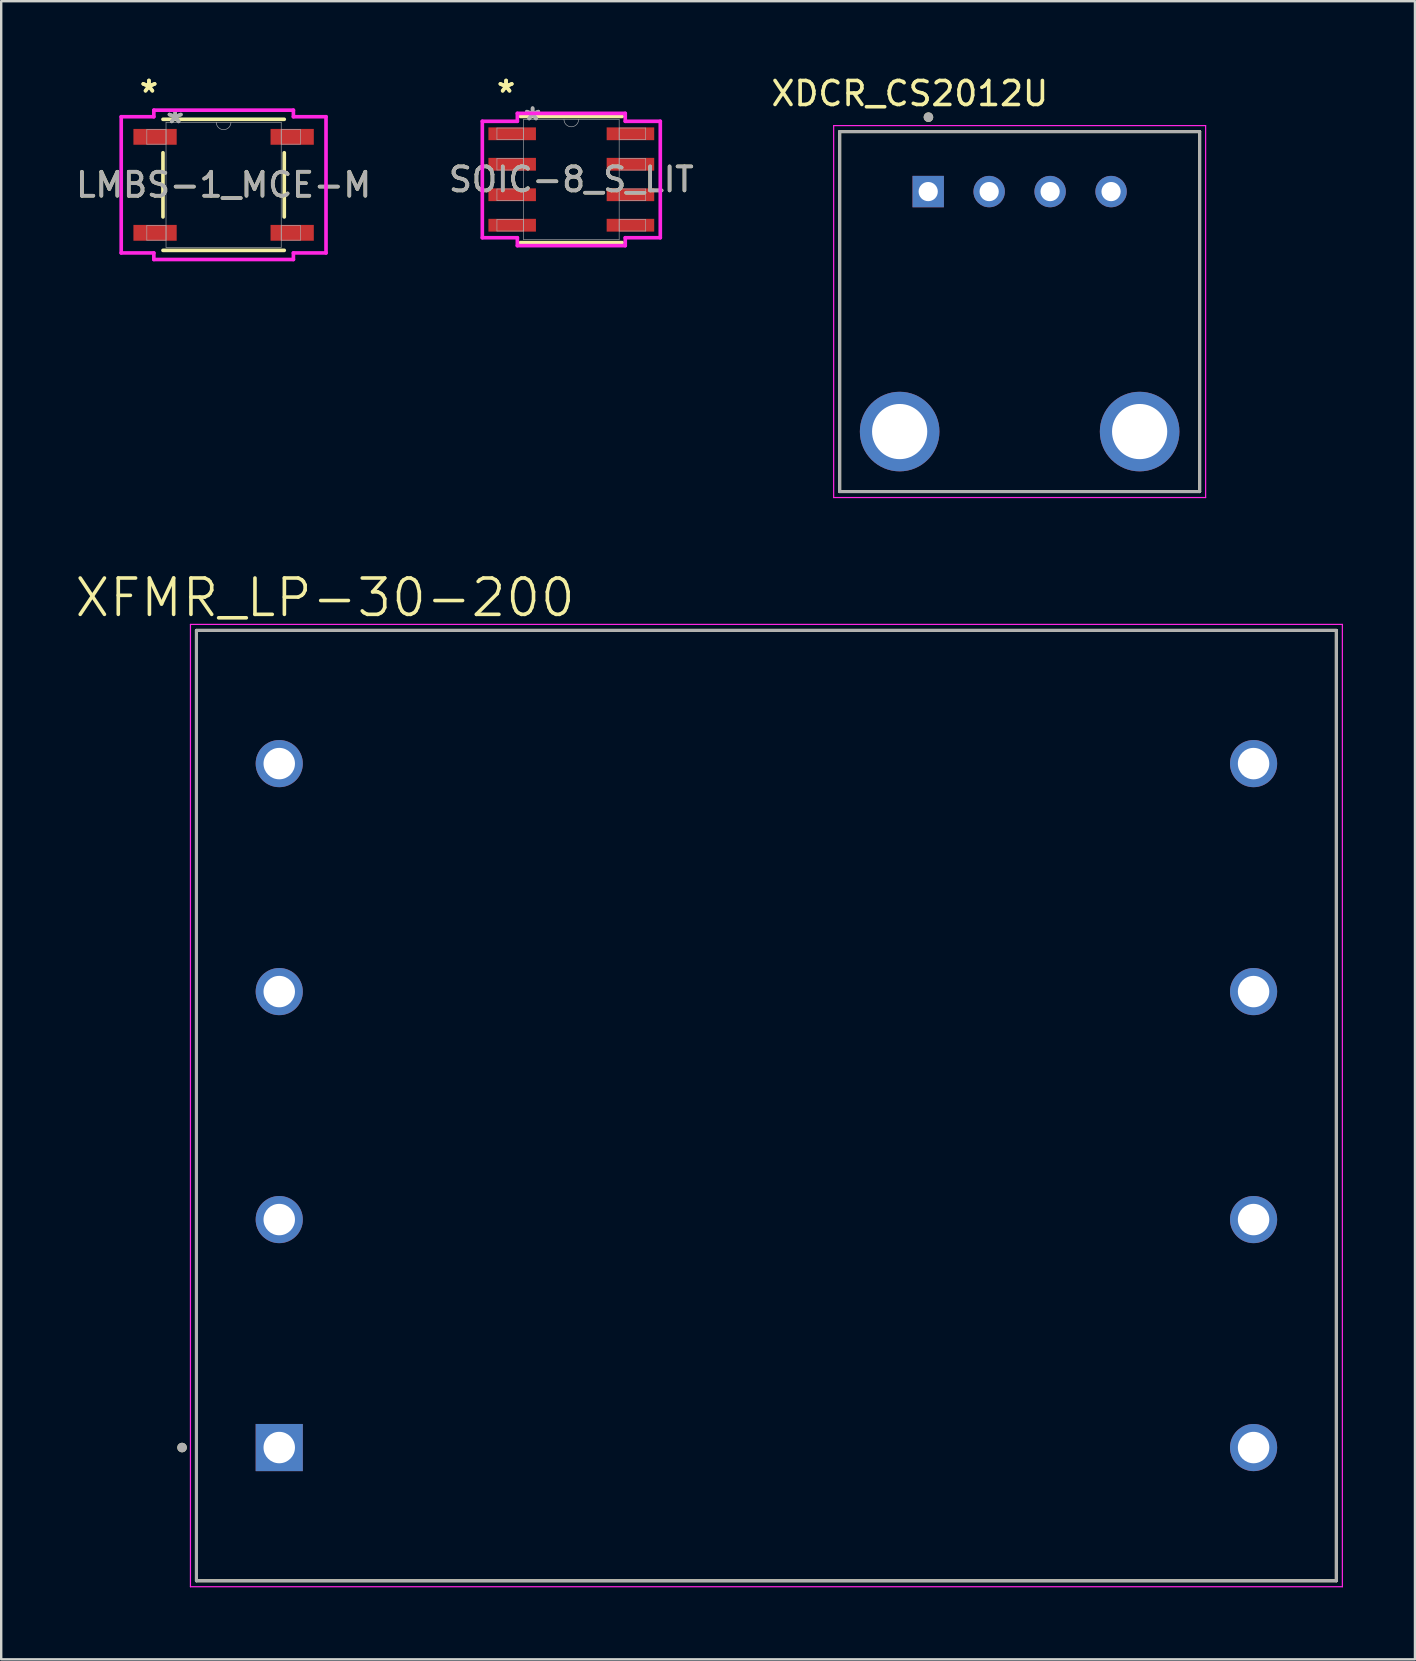
<source format=kicad_pcb>
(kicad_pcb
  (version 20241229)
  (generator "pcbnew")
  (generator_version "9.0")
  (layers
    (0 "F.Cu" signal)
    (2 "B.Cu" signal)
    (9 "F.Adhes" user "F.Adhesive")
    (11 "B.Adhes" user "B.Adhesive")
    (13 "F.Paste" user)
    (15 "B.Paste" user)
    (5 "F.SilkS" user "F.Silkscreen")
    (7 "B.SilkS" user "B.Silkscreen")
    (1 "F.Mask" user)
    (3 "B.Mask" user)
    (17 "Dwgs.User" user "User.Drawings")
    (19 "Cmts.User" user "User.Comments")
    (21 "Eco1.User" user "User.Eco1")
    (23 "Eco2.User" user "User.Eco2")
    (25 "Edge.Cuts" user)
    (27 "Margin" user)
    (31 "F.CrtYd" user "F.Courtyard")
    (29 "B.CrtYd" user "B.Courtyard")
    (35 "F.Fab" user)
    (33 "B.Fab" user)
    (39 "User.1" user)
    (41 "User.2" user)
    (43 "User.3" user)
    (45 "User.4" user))
  (footprint "LMBS-1_MCE-M"
    (layer "F.Cu")
    (at 6.268 4.652)
    (property "Reference" "LMBS-1_MCE-M" (at 0 0 0) (unlocked yes) (layer "F.SilkS") (effects (font (size 1 1) (thickness 0.15))))
    (attr smd)
    (fp_line (start -2.527 -1.337) (end -2.527 1.337) (stroke (width 0.152) (type solid)) (layer "F.SilkS"))
    (fp_line (start -2.527 2.731) (end 2.527 2.731) (stroke (width 0.152) (type solid)) (layer "F.SilkS"))
    (fp_line (start 2.527 -2.731) (end -2.527 -2.731) (stroke (width 0.152) (type solid)) (layer "F.SilkS"))
    (fp_line (start 2.527 1.337) (end 2.527 -1.337) (stroke (width 0.152) (type solid)) (layer "F.SilkS"))
    (fp_line (start -4.267 -2.838) (end -2.908 -2.838) (stroke (width 0.152) (type solid)) (layer "F.CrtYd"))
    (fp_line (start -4.267 2.838) (end -4.267 -2.838) (stroke (width 0.152) (type solid)) (layer "F.CrtYd"))
    (fp_line (start -4.267 2.838) (end -2.908 2.838) (stroke (width 0.152) (type solid)) (layer "F.CrtYd"))
    (fp_line (start -2.908 -3.111) (end 2.908 -3.111) (stroke (width 0.152) (type solid)) (layer "F.CrtYd"))
    (fp_line (start -2.908 -2.838) (end -2.908 -3.111) (stroke (width 0.152) (type solid)) (layer "F.CrtYd"))
    (fp_line (start -2.908 3.111) (end -2.908 2.838) (stroke (width 0.152) (type solid)) (layer "F.CrtYd"))
    (fp_line (start 2.908 -3.111) (end 2.908 -2.838) (stroke (width 0.152) (type solid)) (layer "F.CrtYd"))
    (fp_line (start 2.908 2.838) (end 2.908 3.111) (stroke (width 0.152) (type solid)) (layer "F.CrtYd"))
    (fp_line (start 2.908 3.111) (end -2.908 3.111) (stroke (width 0.152) (type solid)) (layer "F.CrtYd"))
    (fp_line (start 4.267 -2.838) (end 2.908 -2.838) (stroke (width 0.152) (type solid)) (layer "F.CrtYd"))
    (fp_line (start 4.267 -2.838) (end 4.267 2.838) (stroke (width 0.152) (type solid)) (layer "F.CrtYd"))
    (fp_line (start 4.267 2.838) (end 2.908 2.838) (stroke (width 0.152) (type solid)) (layer "F.CrtYd"))
    (fp_line (start -3.2 -2.305) (end -3.2 -1.695) (stroke (width 0.025) (type solid)) (layer "F.Fab"))
    (fp_line (start -3.2 -1.695) (end -2.4 -1.695) (stroke (width 0.025) (type solid)) (layer "F.Fab"))
    (fp_line (start -3.2 1.695) (end -3.2 2.305) (stroke (width 0.025) (type solid)) (layer "F.Fab"))
    (fp_line (start -3.2 2.305) (end -2.4 2.305) (stroke (width 0.025) (type solid)) (layer "F.Fab"))
    (fp_line (start -2.4 -2.603) (end -2.4 2.603) (stroke (width 0.025) (type solid)) (layer "F.Fab"))
    (fp_line (start -2.4 -2.305) (end -3.2 -2.305) (stroke (width 0.025) (type solid)) (layer "F.Fab"))
    (fp_line (start -2.4 -1.695) (end -2.4 -2.305) (stroke (width 0.025) (type solid)) (layer "F.Fab"))
    (fp_line (start -2.4 1.695) (end -3.2 1.695) (stroke (width 0.025) (type solid)) (layer "F.Fab"))
    (fp_line (start -2.4 2.305) (end -2.4 1.695) (stroke (width 0.025) (type solid)) (layer "F.Fab"))
    (fp_line (start -2.4 2.603) (end 2.4 2.603) (stroke (width 0.025) (type solid)) (layer "F.Fab"))
    (fp_line (start 2.4 -2.603) (end -2.4 -2.603) (stroke (width 0.025) (type solid)) (layer "F.Fab"))
    (fp_line (start 2.4 -2.305) (end 2.4 -1.695) (stroke (width 0.025) (type solid)) (layer "F.Fab"))
    (fp_line (start 2.4 -1.695) (end 3.2 -1.695) (stroke (width 0.025) (type solid)) (layer "F.Fab"))
    (fp_line (start 2.4 1.695) (end 2.4 2.305) (stroke (width 0.025) (type solid)) (layer "F.Fab"))
    (fp_line (start 2.4 2.305) (end 3.2 2.305) (stroke (width 0.025) (type solid)) (layer "F.Fab"))
    (fp_line (start 2.4 2.603) (end 2.4 -2.603) (stroke (width 0.025) (type solid)) (layer "F.Fab"))
    (fp_line (start 3.2 -2.305) (end 2.4 -2.305) (stroke (width 0.025) (type solid)) (layer "F.Fab"))
    (fp_line (start 3.2 -1.695) (end 3.2 -2.305) (stroke (width 0.025) (type solid)) (layer "F.Fab"))
    (fp_line (start 3.2 1.695) (end 2.4 1.695) (stroke (width 0.025) (type solid)) (layer "F.Fab"))
    (fp_line (start 3.2 2.305) (end 3.2 1.695) (stroke (width 0.025) (type solid)) (layer "F.Fab"))
    (fp_arc (start 0.3048 -2.6035) (mid 0 -2.2987) (end -0.3048 -2.6035) (stroke (width 0.0254) (type solid)) (layer "F.Fab"))
    (fp_text user "*" (at -3.111 -3.804 0) (layer "F.SilkS") (effects (font (size 1 1) (thickness 0.15))))
    (fp_text user "*" (at -3.111 -3.804 0) (unlocked yes) (layer "F.SilkS") (effects (font (size 1 1) (thickness 0.15))))
    (fp_text user "*" (at -2.019 -2.527 0) (unlocked yes) (layer "F.Fab") (effects (font (size 1 1) (thickness 0.15))))
    (fp_text user "${REFERENCE}" (at 0 0 0) (unlocked yes) (layer "F.Fab") (effects (font (size 1 1) (thickness 0.15))))
    (fp_text user "*" (at -2.019 -2.527 0) (layer "F.Fab") (effects (font (size 1 1) (thickness 0.15))))
    (pad "1" smd rect (at -2.857 -2) (size 1.803 0.66) (layers "F.Cu" "F.Mask" "F.Paste"))
    (pad "2" smd rect (at 2.857 -2) (size 1.803 0.66) (layers "F.Cu" "F.Mask" "F.Paste"))
    (pad "3" smd rect (at 2.857 2) (size 1.803 0.66) (layers "F.Cu" "F.Mask" "F.Paste"))
    (pad "4" smd rect (at -2.857 2) (size 1.803 0.66) (layers "F.Cu" "F.Mask" "F.Paste")))
  (footprint "XDCR_CS2012U"
    (layer "F.Cu")
    (at 39.438 9.933)
    (property "Reference" "XDCR_CS2012U" (at -4.575 -9.085 0) (layer "F.SilkS") (effects (font (size 1 1) (thickness 0.15))))
    (attr through_hole)
    (fp_line (start -7.5 -7.5) (end 7.5 -7.5) (stroke (width 0.127) (type solid)) (layer "F.SilkS"))
    (fp_line (start -7.5 7.5) (end -7.5 -7.5) (stroke (width 0.127) (type solid)) (layer "F.SilkS"))
    (fp_line (start 7.5 -7.5) (end 7.5 7.5) (stroke (width 0.127) (type solid)) (layer "F.SilkS"))
    (fp_line (start 7.5 7.5) (end -7.5 7.5) (stroke (width 0.127) (type solid)) (layer "F.SilkS"))
    (fp_circle (center -3.8 -8.1) (end -3.7 -8.1) (stroke (width 0.2) (type solid)) (fill no) (layer "F.SilkS"))
    (fp_line (start -7.75 -7.75) (end 7.75 -7.75) (stroke (width 0.05) (type solid)) (layer "F.CrtYd"))
    (fp_line (start -7.75 7.75) (end -7.75 -7.75) (stroke (width 0.05) (type solid)) (layer "F.CrtYd"))
    (fp_line (start 7.75 -7.75) (end 7.75 7.75) (stroke (width 0.05) (type solid)) (layer "F.CrtYd"))
    (fp_line (start 7.75 7.75) (end -7.75 7.75) (stroke (width 0.05) (type solid)) (layer "F.CrtYd"))
    (fp_line (start -7.5 -7.5) (end 7.5 -7.5) (stroke (width 0.127) (type solid)) (layer "F.Fab"))
    (fp_line (start -7.5 7.5) (end -7.5 -7.5) (stroke (width 0.127) (type solid)) (layer "F.Fab"))
    (fp_line (start 7.5 -7.5) (end 7.5 7.5) (stroke (width 0.127) (type solid)) (layer "F.Fab"))
    (fp_line (start 7.5 7.5) (end -7.5 7.5) (stroke (width 0.127) (type solid)) (layer "F.Fab"))
    (fp_circle (center -3.8 -8.1) (end -3.7 -8.1) (stroke (width 0.2) (type solid)) (fill no) (layer "F.Fab"))
    (pad "1" thru_hole rect (at -3.81 -5) (size 1.308 1.308) (drill 0.8) (layers "*.Cu" "*.Mask"))
    (pad "2" thru_hole circle (at -1.27 -5) (size 1.308 1.308) (drill 0.8) (layers "*.Cu" "*.Mask"))
    (pad "3" thru_hole circle (at 1.27 -5) (size 1.308 1.308) (drill 0.8) (layers "*.Cu" "*.Mask"))
    (pad "4" thru_hole circle (at 3.81 -5) (size 1.308 1.308) (drill 0.8) (layers "*.Cu" "*.Mask"))
    (pad "5" thru_hole circle (at -5 5) (size 3.316 3.316) (drill 2.3) (layers "*.Cu" "*.Mask"))
    (pad "6" thru_hole circle (at 5 5) (size 3.316 3.316) (drill 2.3) (layers "*.Cu" "*.Mask")))
  (footprint "SOIC-8_S_LIT"
    (layer "F.Cu")
    (at 20.756 4.43)
    (property "Reference" "SOIC-8_S_LIT" (at 0 0 0) (unlocked yes) (layer "F.SilkS") (effects (font (size 1 1) (thickness 0.15))))
    (attr smd)
    (fp_line (start -2.121 2.629) (end 2.121 2.629) (stroke (width 0.152) (type solid)) (layer "F.SilkS"))
    (fp_line (start 2.121 -2.629) (end -2.121 -2.629) (stroke (width 0.152) (type solid)) (layer "F.SilkS"))
    (fp_line (start -3.708 -2.426) (end -2.248 -2.426) (stroke (width 0.152) (type solid)) (layer "F.CrtYd"))
    (fp_line (start -3.708 2.426) (end -3.708 -2.426) (stroke (width 0.152) (type solid)) (layer "F.CrtYd"))
    (fp_line (start -3.708 2.426) (end -2.248 2.426) (stroke (width 0.152) (type solid)) (layer "F.CrtYd"))
    (fp_line (start -2.248 -2.756) (end 2.248 -2.756) (stroke (width 0.152) (type solid)) (layer "F.CrtYd"))
    (fp_line (start -2.248 -2.426) (end -2.248 -2.756) (stroke (width 0.152) (type solid)) (layer "F.CrtYd"))
    (fp_line (start -2.248 2.756) (end -2.248 2.426) (stroke (width 0.152) (type solid)) (layer "F.CrtYd"))
    (fp_line (start 2.248 -2.756) (end 2.248 -2.426) (stroke (width 0.152) (type solid)) (layer "F.CrtYd"))
    (fp_line (start 2.248 2.426) (end 2.248 2.756) (stroke (width 0.152) (type solid)) (layer "F.CrtYd"))
    (fp_line (start 2.248 2.756) (end -2.248 2.756) (stroke (width 0.152) (type solid)) (layer "F.CrtYd"))
    (fp_line (start 3.708 -2.426) (end 2.248 -2.426) (stroke (width 0.152) (type solid)) (layer "F.CrtYd"))
    (fp_line (start 3.708 -2.426) (end 3.708 2.426) (stroke (width 0.152) (type solid)) (layer "F.CrtYd"))
    (fp_line (start 3.708 2.426) (end 2.248 2.426) (stroke (width 0.152) (type solid)) (layer "F.CrtYd"))
    (fp_line (start -3.099 -2.146) (end -3.099 -1.664) (stroke (width 0.025) (type solid)) (layer "F.Fab"))
    (fp_line (start -3.099 -1.664) (end -1.994 -1.664) (stroke (width 0.025) (type solid)) (layer "F.Fab"))
    (fp_line (start -3.099 -0.876) (end -3.099 -0.394) (stroke (width 0.025) (type solid)) (layer "F.Fab"))
    (fp_line (start -3.099 -0.394) (end -1.994 -0.394) (stroke (width 0.025) (type solid)) (layer "F.Fab"))
    (fp_line (start -3.099 0.394) (end -3.099 0.876) (stroke (width 0.025) (type solid)) (layer "F.Fab"))
    (fp_line (start -3.099 0.876) (end -1.994 0.876) (stroke (width 0.025) (type solid)) (layer "F.Fab"))
    (fp_line (start -3.099 1.664) (end -3.099 2.146) (stroke (width 0.025) (type solid)) (layer "F.Fab"))
    (fp_line (start -3.099 2.146) (end -1.994 2.146) (stroke (width 0.025) (type solid)) (layer "F.Fab"))
    (fp_line (start -1.994 -2.502) (end -1.994 2.502) (stroke (width 0.025) (type solid)) (layer "F.Fab"))
    (fp_line (start -1.994 -2.146) (end -3.099 -2.146) (stroke (width 0.025) (type solid)) (layer "F.Fab"))
    (fp_line (start -1.994 -1.664) (end -1.994 -2.146) (stroke (width 0.025) (type solid)) (layer "F.Fab"))
    (fp_line (start -1.994 -0.876) (end -3.099 -0.876) (stroke (width 0.025) (type solid)) (layer "F.Fab"))
    (fp_line (start -1.994 -0.394) (end -1.994 -0.876) (stroke (width 0.025) (type solid)) (layer "F.Fab"))
    (fp_line (start -1.994 0.394) (end -3.099 0.394) (stroke (width 0.025) (type solid)) (layer "F.Fab"))
    (fp_line (start -1.994 0.876) (end -1.994 0.394) (stroke (width 0.025) (type solid)) (layer "F.Fab"))
    (fp_line (start -1.994 1.664) (end -3.099 1.664) (stroke (width 0.025) (type solid)) (layer "F.Fab"))
    (fp_line (start -1.994 2.146) (end -1.994 1.664) (stroke (width 0.025) (type solid)) (layer "F.Fab"))
    (fp_line (start -1.994 2.502) (end 1.994 2.502) (stroke (width 0.025) (type solid)) (layer "F.Fab"))
    (fp_line (start 1.994 -2.502) (end -1.994 -2.502) (stroke (width 0.025) (type solid)) (layer "F.Fab"))
    (fp_line (start 1.994 -2.146) (end 1.994 -1.664) (stroke (width 0.025) (type solid)) (layer "F.Fab"))
    (fp_line (start 1.994 -1.664) (end 3.099 -1.664) (stroke (width 0.025) (type solid)) (layer "F.Fab"))
    (fp_line (start 1.994 -0.876) (end 1.994 -0.394) (stroke (width 0.025) (type solid)) (layer "F.Fab"))
    (fp_line (start 1.994 -0.394) (end 3.099 -0.394) (stroke (width 0.025) (type solid)) (layer "F.Fab"))
    (fp_line (start 1.994 0.394) (end 1.994 0.876) (stroke (width 0.025) (type solid)) (layer "F.Fab"))
    (fp_line (start 1.994 0.876) (end 3.099 0.876) (stroke (width 0.025) (type solid)) (layer "F.Fab"))
    (fp_line (start 1.994 1.664) (end 1.994 2.146) (stroke (width 0.025) (type solid)) (layer "F.Fab"))
    (fp_line (start 1.994 2.146) (end 3.099 2.146) (stroke (width 0.025) (type solid)) (layer "F.Fab"))
    (fp_line (start 1.994 2.502) (end 1.994 -2.502) (stroke (width 0.025) (type solid)) (layer "F.Fab"))
    (fp_line (start 3.099 -2.146) (end 1.994 -2.146) (stroke (width 0.025) (type solid)) (layer "F.Fab"))
    (fp_line (start 3.099 -1.664) (end 3.099 -2.146) (stroke (width 0.025) (type solid)) (layer "F.Fab"))
    (fp_line (start 3.099 -0.876) (end 1.994 -0.876) (stroke (width 0.025) (type solid)) (layer "F.Fab"))
    (fp_line (start 3.099 -0.394) (end 3.099 -0.876) (stroke (width 0.025) (type solid)) (layer "F.Fab"))
    (fp_line (start 3.099 0.394) (end 1.994 0.394) (stroke (width 0.025) (type solid)) (layer "F.Fab"))
    (fp_line (start 3.099 0.876) (end 3.099 0.394) (stroke (width 0.025) (type solid)) (layer "F.Fab"))
    (fp_line (start 3.099 1.664) (end 1.994 1.664) (stroke (width 0.025) (type solid)) (layer "F.Fab"))
    (fp_line (start 3.099 2.146) (end 3.099 1.664) (stroke (width 0.025) (type solid)) (layer "F.Fab"))
    (fp_arc (start 0.3048 -2.5019) (mid 0 -2.1971) (end -0.3048 -2.5019) (stroke (width 0.0254) (type solid)) (layer "F.Fab"))
    (fp_text user "*" (at -2.718 -3.581 0) (layer "F.SilkS") (effects (font (size 1 1) (thickness 0.15))))
    (fp_text user "*" (at -2.718 -3.581 0) (unlocked yes) (layer "F.SilkS") (effects (font (size 1 1) (thickness 0.15))))
    (fp_text user "${REFERENCE}" (at 0 0 0) (unlocked yes) (layer "F.Fab") (effects (font (size 1 1) (thickness 0.15))))
    (fp_text user "*" (at -1.613 -2.426 0) (layer "F.Fab") (effects (font (size 1 1) (thickness 0.15))))
    (fp_text user "*" (at -1.613 -2.426 0) (unlocked yes) (layer "F.Fab") (effects (font (size 1 1) (thickness 0.15))))
    (pad "1" smd rect (at -2.464 -1.905) (size 1.981 0.533) (layers "F.Cu" "F.Mask" "F.Paste"))
    (pad "2" smd rect (at -2.464 -0.635) (size 1.981 0.533) (layers "F.Cu" "F.Mask" "F.Paste"))
    (pad "3" smd rect (at -2.464 0.635) (size 1.981 0.533) (layers "F.Cu" "F.Mask" "F.Paste"))
    (pad "4" smd rect (at -2.464 1.905) (size 1.981 0.533) (layers "F.Cu" "F.Mask" "F.Paste"))
    (pad "5" smd rect (at 2.464 1.905) (size 1.981 0.533) (layers "F.Cu" "F.Mask" "F.Paste"))
    (pad "6" smd rect (at 2.464 0.635) (size 1.981 0.533) (layers "F.Cu" "F.Mask" "F.Paste"))
    (pad "7" smd rect (at 2.464 -0.635) (size 1.981 0.533) (layers "F.Cu" "F.Mask" "F.Paste"))
    (pad "8" smd rect (at 2.464 -1.905) (size 1.981 0.533) (layers "F.Cu" "F.Mask" "F.Paste")))
  (footprint "XFMR_LP-30-200"
    (layer "F.Cu")
    (at 28.886 43.019)
    (property "Reference" "XFMR_LP-30-200" (at -18.392 -21.162 0) (layer "F.SilkS") (effects (font (size 1.514 1.514) (thickness 0.15))))
    (attr through_hole)
    (fp_line (start -23.75 -19.8) (end -23.75 19.8) (stroke (width 0.127) (type solid)) (layer "F.SilkS"))
    (fp_line (start -23.75 19.8) (end 23.75 19.8) (stroke (width 0.127) (type solid)) (layer "F.SilkS"))
    (fp_line (start 23.75 -19.8) (end -23.75 -19.8) (stroke (width 0.127) (type solid)) (layer "F.SilkS"))
    (fp_line (start 23.75 19.8) (end 23.75 -19.8) (stroke (width 0.127) (type solid)) (layer "F.SilkS"))
    (fp_circle (center -24.35 14.25) (end -24.25 14.25) (stroke (width 0.2) (type solid)) (fill no) (layer "F.SilkS"))
    (fp_line (start -24 -20.05) (end -24 20.05) (stroke (width 0.05) (type solid)) (layer "F.CrtYd"))
    (fp_line (start -24 20.05) (end 24 20.05) (stroke (width 0.05) (type solid)) (layer "F.CrtYd"))
    (fp_line (start 24 -20.05) (end -24 -20.05) (stroke (width 0.05) (type solid)) (layer "F.CrtYd"))
    (fp_line (start 24 20.05) (end 24 -20.05) (stroke (width 0.05) (type solid)) (layer "F.CrtYd"))
    (fp_line (start -23.75 -19.8) (end -23.75 19.8) (stroke (width 0.127) (type solid)) (layer "F.Fab"))
    (fp_line (start -23.75 19.8) (end 23.75 19.8) (stroke (width 0.127) (type solid)) (layer "F.Fab"))
    (fp_line (start 23.75 -19.8) (end -23.75 -19.8) (stroke (width 0.127) (type solid)) (layer "F.Fab"))
    (fp_line (start 23.75 19.8) (end 23.75 -19.8) (stroke (width 0.127) (type solid)) (layer "F.Fab"))
    (fp_circle (center -24.35 14.25) (end -24.25 14.25) (stroke (width 0.2) (type solid)) (fill no) (layer "F.Fab"))
    (pad "1" thru_hole rect (at -20.3 14.25) (size 1.965 1.965) (drill 1.31) (layers "*.Cu" "*.Mask"))
    (pad "2" thru_hole circle (at -20.3 4.75) (size 1.965 1.965) (drill 1.31) (layers "*.Cu" "*.Mask"))
    (pad "3" thru_hole circle (at -20.3 -14.25) (size 1.965 1.965) (drill 1.31) (layers "*.Cu" "*.Mask"))
    (pad "4" thru_hole circle (at -20.3 -4.75) (size 1.965 1.965) (drill 1.31) (layers "*.Cu" "*.Mask"))
    (pad "5" thru_hole circle (at 20.3 14.25) (size 1.965 1.965) (drill 1.31) (layers "*.Cu" "*.Mask"))
    (pad "6" thru_hole circle (at 20.3 4.75) (size 1.965 1.965) (drill 1.31) (layers "*.Cu" "*.Mask"))
    (pad "7" thru_hole circle (at 20.3 -14.25) (size 1.965 1.965) (drill 1.31) (layers "*.Cu" "*.Mask"))
    (pad "8" thru_hole circle (at 20.3 -4.75) (size 1.965 1.965) (drill 1.31) (layers "*.Cu" "*.Mask")))
  (gr_rect
    (start -3 -3)
    (end 55.911 66.094)
    (stroke (width 0.1) (type default))
    (fill no)
    (layer "Edge.Cuts")))
</source>
